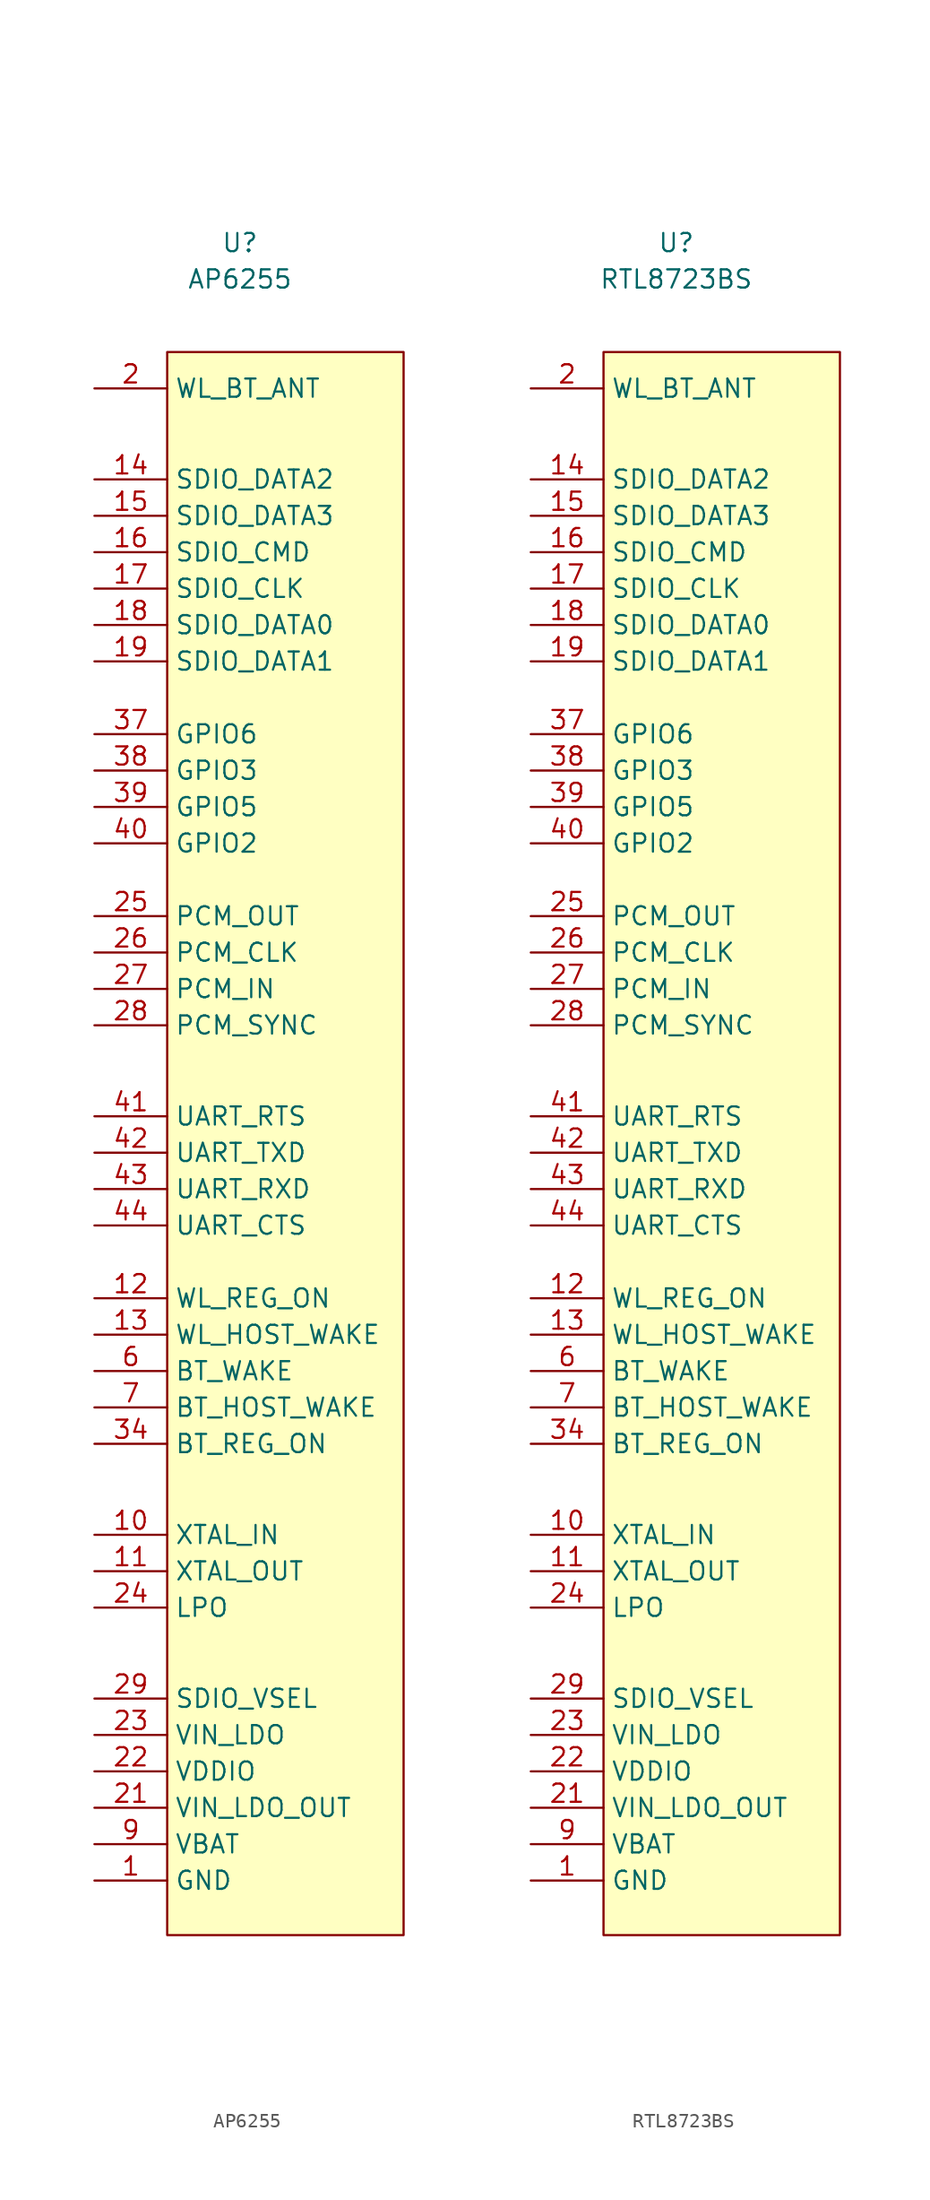
<source format=kicad_sym>
(kicad_symbol_lib
  (version 20201005)
  (generator kicad_symbol_editor)
  (symbol "sdio:AP6255"
    (property "Reference" "U"
      (at 0 6.35 0)
      (effects (font (size 1.27 1.27))))
    (property "Value" "AP6255"
      (at 0 3.81 0)
      (effects (font (size 1.27 1.27))))
    (symbol "AP6255_0_1"
      (rectangle (start -5.08 -1.27) (end 11.43 -111.76) (stroke (width 0.152)) (fill (type background))))
    (symbol "AP6255_1_1"
      (pin passive line (at -10.16 -107.95 0) (length 5.08) (name "GND" (effects (font (size 1.27 1.27)))) (number "1" (effects (font (size 1.27 1.27)))))
      (pin passive line (at -10.16 -83.82 0) (length 5.08) (name "XTAL_IN" (effects (font (size 1.27 1.27)))) (number "10" (effects (font (size 1.27 1.27)))))
      (pin passive line (at -10.16 -86.36 0) (length 5.08) (name "XTAL_OUT" (effects (font (size 1.27 1.27)))) (number "11" (effects (font (size 1.27 1.27)))))
      (pin passive line (at -10.16 -67.31 0) (length 5.08) (name "WL_REG_ON" (effects (font (size 1.27 1.27)))) (number "12" (effects (font (size 1.27 1.27)))))
      (pin passive line (at -10.16 -69.85 0) (length 5.08) (name "WL_HOST_WAKE" (effects (font (size 1.27 1.27)))) (number "13" (effects (font (size 1.27 1.27)))))
      (pin passive line (at -10.16 -10.16 0) (length 5.08) (name "SDIO_DATA2" (effects (font (size 1.27 1.27)))) (number "14" (effects (font (size 1.27 1.27)))))
      (pin passive line (at -10.16 -12.7 0) (length 5.08) (name "SDIO_DATA3" (effects (font (size 1.27 1.27)))) (number "15" (effects (font (size 1.27 1.27)))))
      (pin passive line (at -10.16 -15.24 0) (length 5.08) (name "SDIO_CMD" (effects (font (size 1.27 1.27)))) (number "16" (effects (font (size 1.27 1.27)))))
      (pin passive line (at -10.16 -17.78 0) (length 5.08) (name "SDIO_CLK" (effects (font (size 1.27 1.27)))) (number "17" (effects (font (size 1.27 1.27)))))
      (pin passive line (at -10.16 -20.32 0) (length 5.08) (name "SDIO_DATA0" (effects (font (size 1.27 1.27)))) (number "18" (effects (font (size 1.27 1.27)))))
      (pin passive line (at -10.16 -22.86 0) (length 5.08) (name "SDIO_DATA1" (effects (font (size 1.27 1.27)))) (number "19" (effects (font (size 1.27 1.27)))))
      (pin passive line (at -10.16 -3.81 0) (length 5.08) (name "WL_BT_ANT" (effects (font (size 1.27 1.27)))) (number "2" (effects (font (size 1.27 1.27)))))
      (pin passive line (at -10.16 -107.95 0) (length 5.08) hide (name "GND" (effects (font (size 1.27 1.27)))) (number "20" (effects (font (size 1.27 1.27)))))
      (pin passive line (at -10.16 -102.87 0) (length 5.08) (name "VIN_LDO_OUT" (effects (font (size 1.27 1.27)))) (number "21" (effects (font (size 1.27 1.27)))))
      (pin passive line (at -10.16 -100.33 0) (length 5.08) (name "VDDIO" (effects (font (size 1.27 1.27)))) (number "22" (effects (font (size 1.27 1.27)))))
      (pin passive line (at -10.16 -97.79 0) (length 5.08) (name "VIN_LDO" (effects (font (size 1.27 1.27)))) (number "23" (effects (font (size 1.27 1.27)))))
      (pin passive line (at -10.16 -88.9 0) (length 5.08) (name "LPO" (effects (font (size 1.27 1.27)))) (number "24" (effects (font (size 1.27 1.27)))))
      (pin passive line (at -10.16 -40.64 0) (length 5.08) (name "PCM_OUT" (effects (font (size 1.27 1.27)))) (number "25" (effects (font (size 1.27 1.27)))))
      (pin passive line (at -10.16 -43.18 0) (length 5.08) (name "PCM_CLK" (effects (font (size 1.27 1.27)))) (number "26" (effects (font (size 1.27 1.27)))))
      (pin passive line (at -10.16 -45.72 0) (length 5.08) (name "PCM_IN" (effects (font (size 1.27 1.27)))) (number "27" (effects (font (size 1.27 1.27)))))
      (pin passive line (at -10.16 -48.26 0) (length 5.08) (name "PCM_SYNC" (effects (font (size 1.27 1.27)))) (number "28" (effects (font (size 1.27 1.27)))))
      (pin passive line (at -10.16 -95.25 0) (length 5.08) (name "SDIO_VSEL" (effects (font (size 1.27 1.27)))) (number "29" (effects (font (size 1.27 1.27)))))
      (pin passive line (at -10.16 -107.95 0) (length 5.08) hide (name "GND" (effects (font (size 1.27 1.27)))) (number "3" (effects (font (size 1.27 1.27)))))
      (pin passive line (at -10.16 -107.95 0) (length 5.08) hide (name "GND" (effects (font (size 1.27 1.27)))) (number "31" (effects (font (size 1.27 1.27)))))
      (pin passive line (at -10.16 -107.95 0) (length 5.08) hide (name "GND" (effects (font (size 1.27 1.27)))) (number "33" (effects (font (size 1.27 1.27)))))
      (pin passive line (at -10.16 -77.47 0) (length 5.08) (name "BT_REG_ON" (effects (font (size 1.27 1.27)))) (number "34" (effects (font (size 1.27 1.27)))))
      (pin passive line (at -10.16 -107.95 0) (length 5.08) hide (name "GND" (effects (font (size 1.27 1.27)))) (number "36" (effects (font (size 1.27 1.27)))))
      (pin passive line (at -10.16 -27.94 0) (length 5.08) (name "GPIO6" (effects (font (size 1.27 1.27)))) (number "37" (effects (font (size 1.27 1.27)))))
      (pin passive line (at -10.16 -30.48 0) (length 5.08) (name "GPIO3" (effects (font (size 1.27 1.27)))) (number "38" (effects (font (size 1.27 1.27)))))
      (pin passive line (at -10.16 -33.02 0) (length 5.08) (name "GPIO5" (effects (font (size 1.27 1.27)))) (number "39" (effects (font (size 1.27 1.27)))))
      (pin passive line (at -10.16 -35.56 0) (length 5.08) (name "GPIO2" (effects (font (size 1.27 1.27)))) (number "40" (effects (font (size 1.27 1.27)))))
      (pin passive line (at -10.16 -54.61 0) (length 5.08) (name "UART_RTS" (effects (font (size 1.27 1.27)))) (number "41" (effects (font (size 1.27 1.27)))))
      (pin passive line (at -10.16 -57.15 0) (length 5.08) (name "UART_TXD" (effects (font (size 1.27 1.27)))) (number "42" (effects (font (size 1.27 1.27)))))
      (pin passive line (at -10.16 -59.69 0) (length 5.08) (name "UART_RXD" (effects (font (size 1.27 1.27)))) (number "43" (effects (font (size 1.27 1.27)))))
      (pin passive line (at -10.16 -62.23 0) (length 5.08) (name "UART_CTS" (effects (font (size 1.27 1.27)))) (number "44" (effects (font (size 1.27 1.27)))))
      (pin passive line (at -10.16 -72.39 0) (length 5.08) (name "BT_WAKE" (effects (font (size 1.27 1.27)))) (number "6" (effects (font (size 1.27 1.27)))))
      (pin passive line (at -10.16 -74.93 0) (length 5.08) (name "BT_HOST_WAKE" (effects (font (size 1.27 1.27)))) (number "7" (effects (font (size 1.27 1.27)))))
      (pin passive line (at -10.16 -105.41 0) (length 5.08) (name "VBAT" (effects (font (size 1.27 1.27)))) (number "9" (effects (font (size 1.27 1.27)))))))
  (symbol "sdio:RTL8723BS"
    (property "Reference" "U"
      (at 0 6.35 0)
      (effects (font (size 1.27 1.27))))
    (property "Value" "RTL8723BS"
      (at 0 3.81 0)
      (effects (font (size 1.27 1.27))))
    (symbol "RTL8723BS_0_1"
      (rectangle (start -5.08 -1.27) (end 11.43 -111.76) (stroke (width 0.152)) (fill (type background))))
    (symbol "RTL8723BS_1_1"
      (pin passive line (at -10.16 -107.95 0) (length 5.08) (name "GND" (effects (font (size 1.27 1.27)))) (number "1" (effects (font (size 1.27 1.27)))))
      (pin passive line (at -10.16 -83.82 0) (length 5.08) (name "XTAL_IN" (effects (font (size 1.27 1.27)))) (number "10" (effects (font (size 1.27 1.27)))))
      (pin passive line (at -10.16 -86.36 0) (length 5.08) (name "XTAL_OUT" (effects (font (size 1.27 1.27)))) (number "11" (effects (font (size 1.27 1.27)))))
      (pin passive line (at -10.16 -67.31 0) (length 5.08) (name "WL_REG_ON" (effects (font (size 1.27 1.27)))) (number "12" (effects (font (size 1.27 1.27)))))
      (pin passive line (at -10.16 -69.85 0) (length 5.08) (name "WL_HOST_WAKE" (effects (font (size 1.27 1.27)))) (number "13" (effects (font (size 1.27 1.27)))))
      (pin passive line (at -10.16 -10.16 0) (length 5.08) (name "SDIO_DATA2" (effects (font (size 1.27 1.27)))) (number "14" (effects (font (size 1.27 1.27)))))
      (pin passive line (at -10.16 -12.7 0) (length 5.08) (name "SDIO_DATA3" (effects (font (size 1.27 1.27)))) (number "15" (effects (font (size 1.27 1.27)))))
      (pin passive line (at -10.16 -15.24 0) (length 5.08) (name "SDIO_CMD" (effects (font (size 1.27 1.27)))) (number "16" (effects (font (size 1.27 1.27)))))
      (pin passive line (at -10.16 -17.78 0) (length 5.08) (name "SDIO_CLK" (effects (font (size 1.27 1.27)))) (number "17" (effects (font (size 1.27 1.27)))))
      (pin passive line (at -10.16 -20.32 0) (length 5.08) (name "SDIO_DATA0" (effects (font (size 1.27 1.27)))) (number "18" (effects (font (size 1.27 1.27)))))
      (pin passive line (at -10.16 -22.86 0) (length 5.08) (name "SDIO_DATA1" (effects (font (size 1.27 1.27)))) (number "19" (effects (font (size 1.27 1.27)))))
      (pin passive line (at -10.16 -3.81 0) (length 5.08) (name "WL_BT_ANT" (effects (font (size 1.27 1.27)))) (number "2" (effects (font (size 1.27 1.27)))))
      (pin passive line (at -10.16 -107.95 0) (length 5.08) hide (name "GND" (effects (font (size 1.27 1.27)))) (number "20" (effects (font (size 1.27 1.27)))))
      (pin passive line (at -10.16 -102.87 0) (length 5.08) (name "VIN_LDO_OUT" (effects (font (size 1.27 1.27)))) (number "21" (effects (font (size 1.27 1.27)))))
      (pin passive line (at -10.16 -100.33 0) (length 5.08) (name "VDDIO" (effects (font (size 1.27 1.27)))) (number "22" (effects (font (size 1.27 1.27)))))
      (pin passive line (at -10.16 -97.79 0) (length 5.08) (name "VIN_LDO" (effects (font (size 1.27 1.27)))) (number "23" (effects (font (size 1.27 1.27)))))
      (pin passive line (at -10.16 -88.9 0) (length 5.08) (name "LPO" (effects (font (size 1.27 1.27)))) (number "24" (effects (font (size 1.27 1.27)))))
      (pin passive line (at -10.16 -40.64 0) (length 5.08) (name "PCM_OUT" (effects (font (size 1.27 1.27)))) (number "25" (effects (font (size 1.27 1.27)))))
      (pin passive line (at -10.16 -43.18 0) (length 5.08) (name "PCM_CLK" (effects (font (size 1.27 1.27)))) (number "26" (effects (font (size 1.27 1.27)))))
      (pin passive line (at -10.16 -45.72 0) (length 5.08) (name "PCM_IN" (effects (font (size 1.27 1.27)))) (number "27" (effects (font (size 1.27 1.27)))))
      (pin passive line (at -10.16 -48.26 0) (length 5.08) (name "PCM_SYNC" (effects (font (size 1.27 1.27)))) (number "28" (effects (font (size 1.27 1.27)))))
      (pin passive line (at -10.16 -95.25 0) (length 5.08) (name "SDIO_VSEL" (effects (font (size 1.27 1.27)))) (number "29" (effects (font (size 1.27 1.27)))))
      (pin passive line (at -10.16 -107.95 0) (length 5.08) hide (name "GND" (effects (font (size 1.27 1.27)))) (number "3" (effects (font (size 1.27 1.27)))))
      (pin passive line (at -10.16 -107.95 0) (length 5.08) hide (name "GND" (effects (font (size 1.27 1.27)))) (number "31" (effects (font (size 1.27 1.27)))))
      (pin passive line (at -10.16 -107.95 0) (length 5.08) hide (name "GND" (effects (font (size 1.27 1.27)))) (number "33" (effects (font (size 1.27 1.27)))))
      (pin passive line (at -10.16 -77.47 0) (length 5.08) (name "BT_REG_ON" (effects (font (size 1.27 1.27)))) (number "34" (effects (font (size 1.27 1.27)))))
      (pin passive line (at -10.16 -107.95 0) (length 5.08) hide (name "GND" (effects (font (size 1.27 1.27)))) (number "36" (effects (font (size 1.27 1.27)))))
      (pin passive line (at -10.16 -27.94 0) (length 5.08) (name "GPIO6" (effects (font (size 1.27 1.27)))) (number "37" (effects (font (size 1.27 1.27)))))
      (pin passive line (at -10.16 -30.48 0) (length 5.08) (name "GPIO3" (effects (font (size 1.27 1.27)))) (number "38" (effects (font (size 1.27 1.27)))))
      (pin passive line (at -10.16 -33.02 0) (length 5.08) (name "GPIO5" (effects (font (size 1.27 1.27)))) (number "39" (effects (font (size 1.27 1.27)))))
      (pin passive line (at -10.16 -35.56 0) (length 5.08) (name "GPIO2" (effects (font (size 1.27 1.27)))) (number "40" (effects (font (size 1.27 1.27)))))
      (pin passive line (at -10.16 -54.61 0) (length 5.08) (name "UART_RTS" (effects (font (size 1.27 1.27)))) (number "41" (effects (font (size 1.27 1.27)))))
      (pin passive line (at -10.16 -57.15 0) (length 5.08) (name "UART_TXD" (effects (font (size 1.27 1.27)))) (number "42" (effects (font (size 1.27 1.27)))))
      (pin passive line (at -10.16 -59.69 0) (length 5.08) (name "UART_RXD" (effects (font (size 1.27 1.27)))) (number "43" (effects (font (size 1.27 1.27)))))
      (pin passive line (at -10.16 -62.23 0) (length 5.08) (name "UART_CTS" (effects (font (size 1.27 1.27)))) (number "44" (effects (font (size 1.27 1.27)))))
      (pin passive line (at -10.16 -72.39 0) (length 5.08) (name "BT_WAKE" (effects (font (size 1.27 1.27)))) (number "6" (effects (font (size 1.27 1.27)))))
      (pin passive line (at -10.16 -74.93 0) (length 5.08) (name "BT_HOST_WAKE" (effects (font (size 1.27 1.27)))) (number "7" (effects (font (size 1.27 1.27)))))
      (pin passive line (at -10.16 -105.41 0) (length 5.08) (name "VBAT" (effects (font (size 1.27 1.27)))) (number "9" (effects (font (size 1.27 1.27))))))))
</source>
